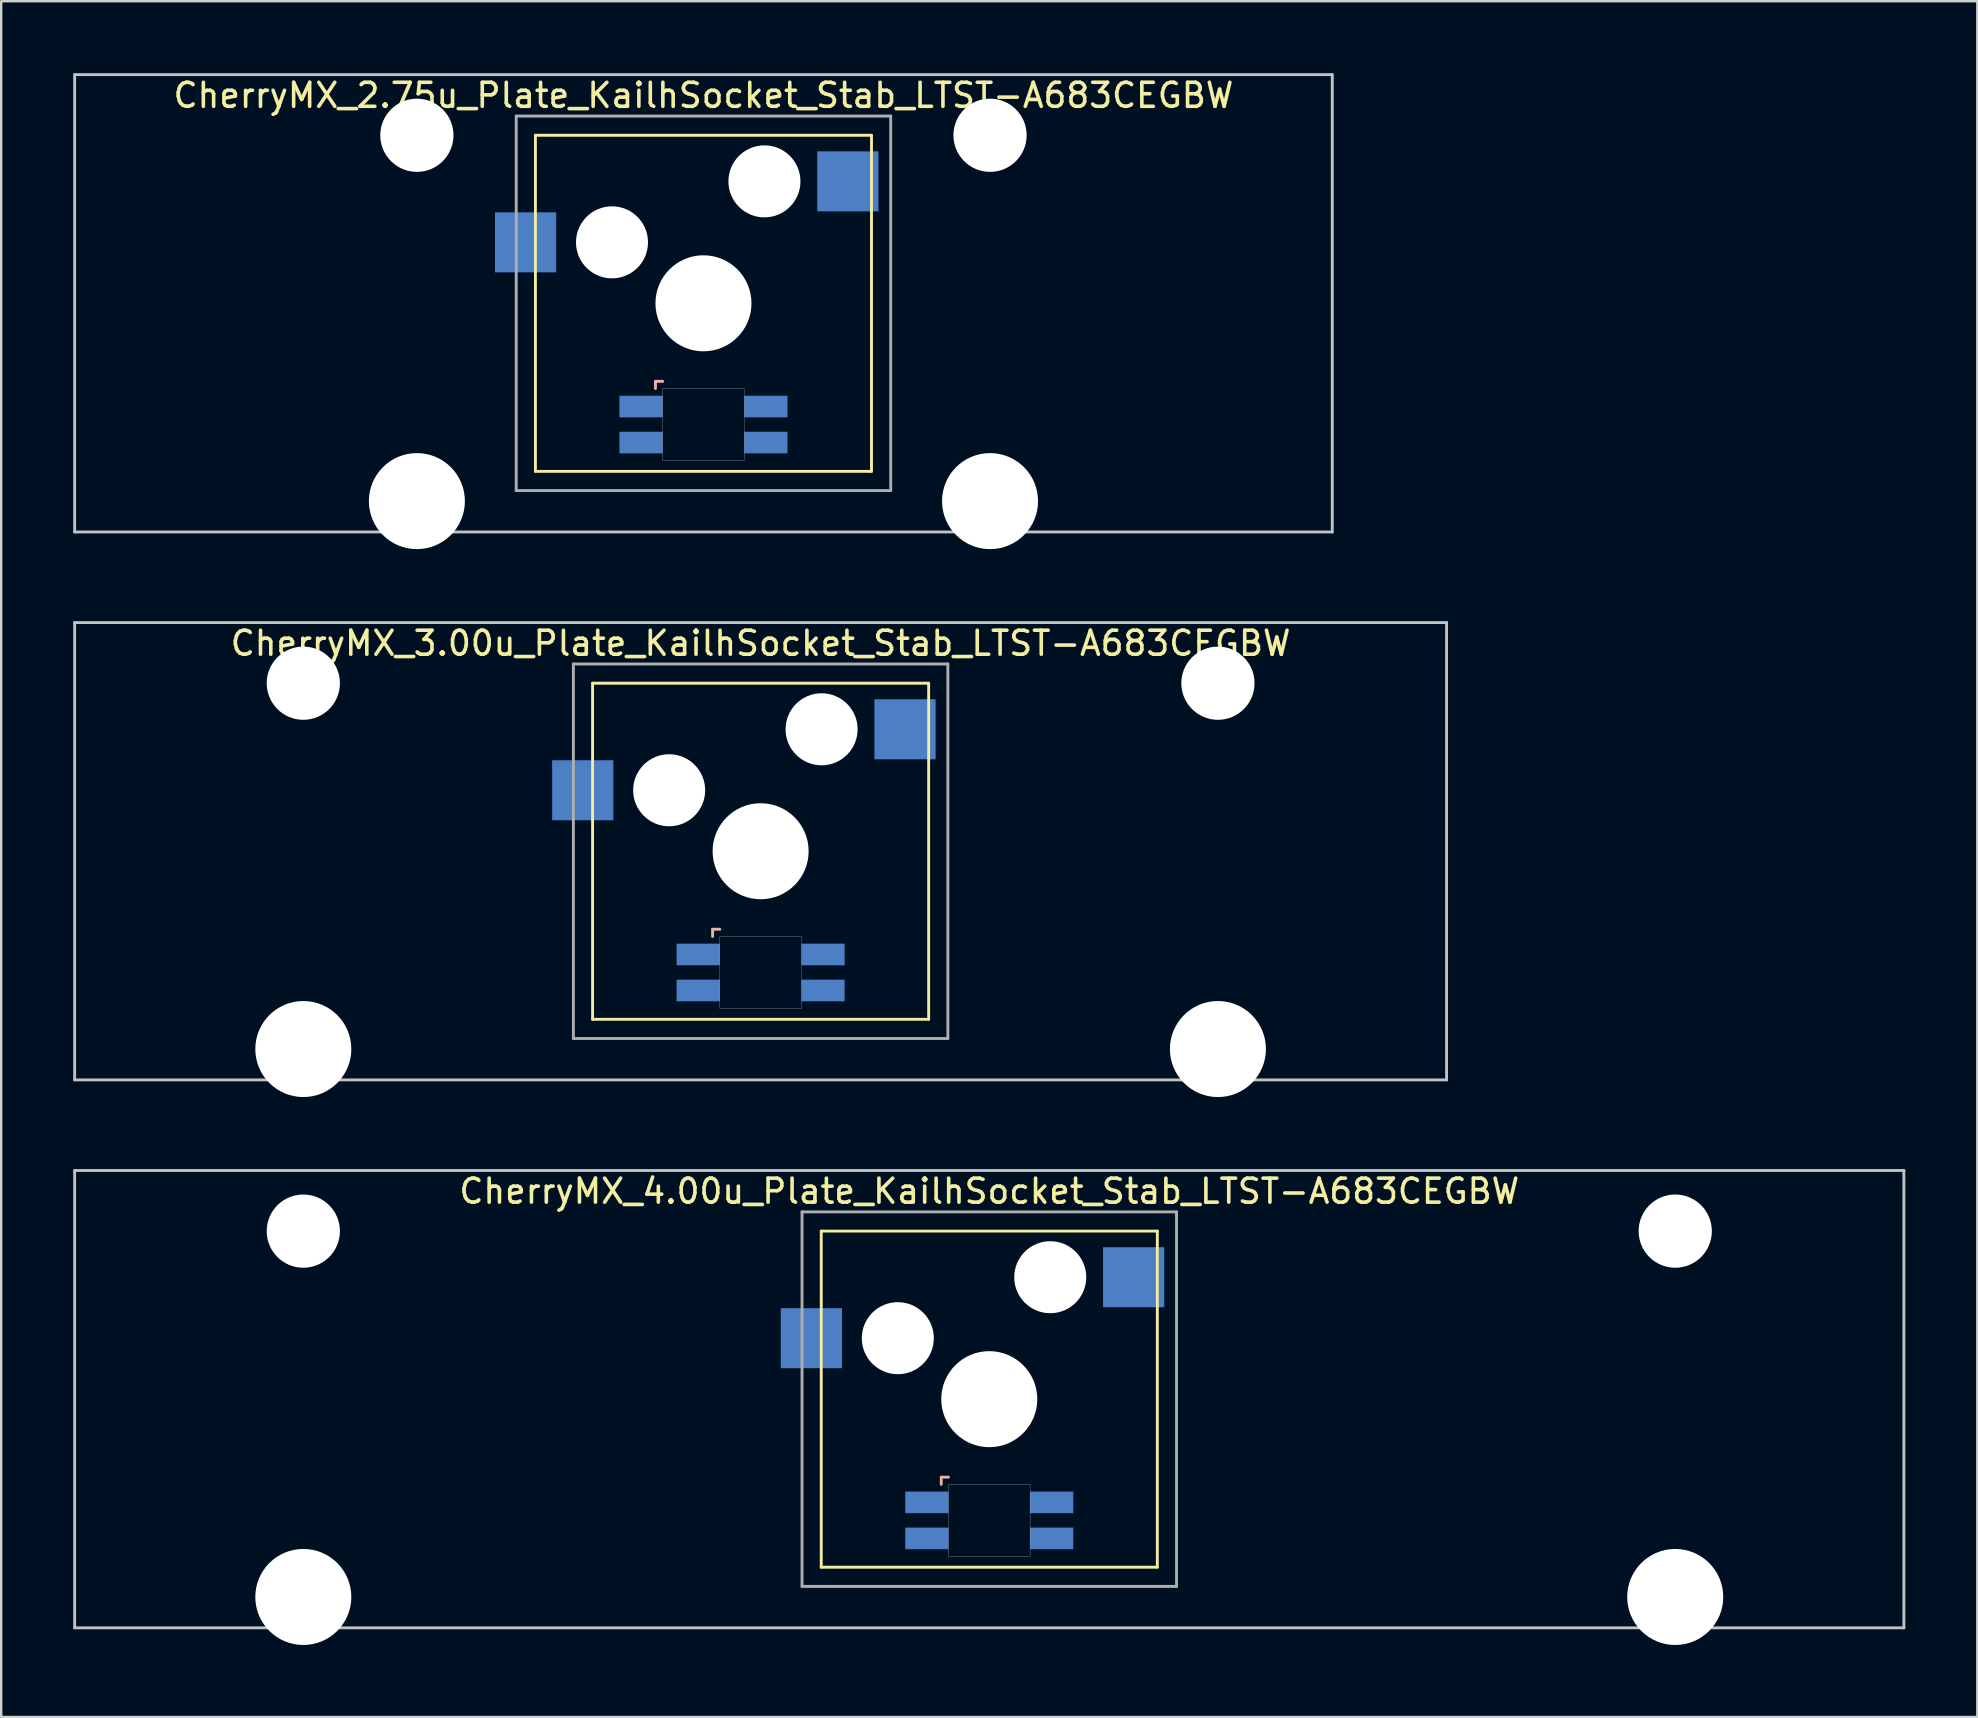
<source format=kicad_pcb>
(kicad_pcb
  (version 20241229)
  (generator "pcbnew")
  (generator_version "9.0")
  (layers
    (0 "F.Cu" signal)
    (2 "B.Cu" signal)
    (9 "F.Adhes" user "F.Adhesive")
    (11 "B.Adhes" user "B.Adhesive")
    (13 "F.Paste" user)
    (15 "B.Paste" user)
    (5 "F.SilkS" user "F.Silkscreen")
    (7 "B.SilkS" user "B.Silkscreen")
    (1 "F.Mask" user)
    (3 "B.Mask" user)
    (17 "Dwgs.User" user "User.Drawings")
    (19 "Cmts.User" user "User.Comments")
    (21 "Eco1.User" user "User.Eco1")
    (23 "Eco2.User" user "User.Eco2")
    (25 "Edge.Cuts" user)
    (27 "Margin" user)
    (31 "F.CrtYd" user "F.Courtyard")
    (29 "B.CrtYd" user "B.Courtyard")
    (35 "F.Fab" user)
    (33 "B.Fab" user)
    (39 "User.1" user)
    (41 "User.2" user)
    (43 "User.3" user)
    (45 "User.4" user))
  (footprint "CherryMX_3.00u_Plate_KailhSocket_Stab_LTST-A683CEGBW"
    (layer "F.Cu")
    (at 28.635 32.41)
    (property "Reference" "CherryMX_3.00u_Plate_KailhSocket_Stab_LTST-A683CEGBW" (at 0 -8.662 0) (layer "F.SilkS") (effects (font (size 1 1) (thickness 0.15))))
    (attr through_hole)
    (fp_line (start -7 -7) (end -7 7) (stroke (width 0.12) (type solid)) (layer "F.SilkS"))
    (fp_line (start -7 -7) (end 7 -7) (stroke (width 0.12) (type solid)) (layer "F.SilkS"))
    (fp_line (start 7 -7) (end 7 7) (stroke (width 0.12) (type solid)) (layer "F.SilkS"))
    (fp_line (start 7 7) (end -7 7) (stroke (width 0.12) (type solid)) (layer "F.SilkS"))
    (fp_line (start -2 3.25) (end -2 3.55) (stroke (width 0.12) (type solid)) (layer "B.SilkS"))
    (fp_line (start -1.7 3.25) (end -2 3.25) (stroke (width 0.12) (type solid)) (layer "B.SilkS"))
    (fp_line (start -28.575 -9.525) (end 28.575 -9.525) (stroke (width 0.12) (type solid)) (layer "Dwgs.User"))
    (fp_line (start -28.575 9.525) (end -28.575 -9.525) (stroke (width 0.12) (type solid)) (layer "Dwgs.User"))
    (fp_line (start 28.575 -9.525) (end 28.575 9.525) (stroke (width 0.12) (type solid)) (layer "Dwgs.User"))
    (fp_line (start 28.575 9.525) (end -28.575 9.525) (stroke (width 0.12) (type solid)) (layer "Dwgs.User"))
    (fp_poly (pts (xy 1.7 6.55) (xy -1.7 6.55) (xy -1.7 3.55) (xy 1.7 3.55)) (stroke (width 0.01) (type solid)) (fill no) (layer "Edge.Cuts"))
    (fp_line (start -7.8 -7.8) (end -7.8 7.8) (stroke (width 0.12) (type solid)) (layer "F.Fab"))
    (fp_line (start -7.8 -7.8) (end 7.8 -7.8) (stroke (width 0.12) (type solid)) (layer "F.Fab"))
    (fp_line (start -7.8 7.8) (end 7.8 7.8) (stroke (width 0.12) (type solid)) (layer "F.Fab"))
    (fp_line (start 7.8 -7.8) (end 7.8 7.8) (stroke (width 0.12) (type solid)) (layer "F.Fab"))
    (pad "" np_thru_hole circle (at -19.05 -7) (size 3.05 3.05) (drill 3.05) (layers "*.Cu" "*.Mask"))
    (pad "" np_thru_hole circle (at -19.05 8.24) (size 4 4) (drill 4) (layers "*.Cu" "*.Mask"))
    (pad "" np_thru_hole circle (at -3.81 -2.54) (size 3 3) (drill 3) (layers "*.Cu" "*.Mask"))
    (pad "" np_thru_hole circle (at 0 0) (size 4 4) (drill 4) (layers "*.Cu" "*.Mask"))
    (pad "" np_thru_hole circle (at 2.54 -5.08) (size 3 3) (drill 3) (layers "*.Cu" "*.Mask"))
    (pad "" np_thru_hole circle (at 19.05 -7) (size 3.05 3.05) (drill 3.05) (layers "*.Cu" "*.Mask"))
    (pad "" np_thru_hole circle (at 19.05 8.24) (size 4 4) (drill 4) (layers "*.Cu" "*.Mask"))
    (pad "1" smd rect (at -7.41 -2.54) (size 2.55 2.5) (layers "B.Cu" "B.Mask" "B.Paste"))
    (pad "2" smd rect (at 6.015 -5.08) (size 2.55 2.5) (layers "B.Cu" "B.Mask" "B.Paste"))
    (pad "3" smd rect (at -2.6 4.3) (size 1.8 0.9) (layers "B.Cu" "B.Mask" "B.Paste"))
    (pad "4" smd rect (at -2.6 5.8) (size 1.8 0.9) (layers "B.Cu" "B.Mask" "B.Paste"))
    (pad "5" smd rect (at 2.6 4.3) (size 1.8 0.9) (layers "B.Cu" "B.Mask" "B.Paste"))
    (pad "6" smd rect (at 2.6 5.8) (size 1.8 0.9) (layers "B.Cu" "B.Mask" "B.Paste")))
  (footprint "CherryMX_4.00u_Plate_KailhSocket_Stab_LTST-A683CEGBW"
    (layer "F.Cu")
    (at 38.16 55.235)
    (property "Reference" "CherryMX_4.00u_Plate_KailhSocket_Stab_LTST-A683CEGBW" (at 0 -8.662 0) (layer "F.SilkS") (effects (font (size 1 1) (thickness 0.15))))
    (attr through_hole)
    (fp_line (start -7 -7) (end -7 7) (stroke (width 0.12) (type solid)) (layer "F.SilkS"))
    (fp_line (start -7 -7) (end 7 -7) (stroke (width 0.12) (type solid)) (layer "F.SilkS"))
    (fp_line (start 7 -7) (end 7 7) (stroke (width 0.12) (type solid)) (layer "F.SilkS"))
    (fp_line (start 7 7) (end -7 7) (stroke (width 0.12) (type solid)) (layer "F.SilkS"))
    (fp_line (start -2 3.25) (end -2 3.55) (stroke (width 0.12) (type solid)) (layer "B.SilkS"))
    (fp_line (start -1.7 3.25) (end -2 3.25) (stroke (width 0.12) (type solid)) (layer "B.SilkS"))
    (fp_line (start -38.1 -9.525) (end 38.1 -9.525) (stroke (width 0.12) (type solid)) (layer "Dwgs.User"))
    (fp_line (start -38.1 9.525) (end -38.1 -9.525) (stroke (width 0.12) (type solid)) (layer "Dwgs.User"))
    (fp_line (start 38.1 -9.525) (end 38.1 9.525) (stroke (width 0.12) (type solid)) (layer "Dwgs.User"))
    (fp_line (start 38.1 9.525) (end -38.1 9.525) (stroke (width 0.12) (type solid)) (layer "Dwgs.User"))
    (fp_poly (pts (xy 1.7 6.55) (xy -1.7 6.55) (xy -1.7 3.55) (xy 1.7 3.55)) (stroke (width 0.01) (type solid)) (fill no) (layer "Edge.Cuts"))
    (fp_line (start -7.8 -7.8) (end -7.8 7.8) (stroke (width 0.12) (type solid)) (layer "F.Fab"))
    (fp_line (start -7.8 -7.8) (end 7.8 -7.8) (stroke (width 0.12) (type solid)) (layer "F.Fab"))
    (fp_line (start -7.8 7.8) (end 7.8 7.8) (stroke (width 0.12) (type solid)) (layer "F.Fab"))
    (fp_line (start 7.8 -7.8) (end 7.8 7.8) (stroke (width 0.12) (type solid)) (layer "F.Fab"))
    (pad "" np_thru_hole circle (at -28.575 -7) (size 3.05 3.05) (drill 3.05) (layers "*.Cu" "*.Mask"))
    (pad "" np_thru_hole circle (at -28.575 8.24) (size 4 4) (drill 4) (layers "*.Cu" "*.Mask"))
    (pad "" np_thru_hole circle (at -3.81 -2.54) (size 3 3) (drill 3) (layers "*.Cu" "*.Mask"))
    (pad "" np_thru_hole circle (at 0 0) (size 4 4) (drill 4) (layers "*.Cu" "*.Mask"))
    (pad "" np_thru_hole circle (at 2.54 -5.08) (size 3 3) (drill 3) (layers "*.Cu" "*.Mask"))
    (pad "" np_thru_hole circle (at 28.575 -7) (size 3.05 3.05) (drill 3.05) (layers "*.Cu" "*.Mask"))
    (pad "" np_thru_hole circle (at 28.575 8.24) (size 4 4) (drill 4) (layers "*.Cu" "*.Mask"))
    (pad "1" smd rect (at -7.41 -2.54) (size 2.55 2.5) (layers "B.Cu" "B.Mask" "B.Paste"))
    (pad "2" smd rect (at 6.015 -5.08) (size 2.55 2.5) (layers "B.Cu" "B.Mask" "B.Paste"))
    (pad "3" smd rect (at -2.6 4.3) (size 1.8 0.9) (layers "B.Cu" "B.Mask" "B.Paste"))
    (pad "4" smd rect (at -2.6 5.8) (size 1.8 0.9) (layers "B.Cu" "B.Mask" "B.Paste"))
    (pad "5" smd rect (at 2.6 4.3) (size 1.8 0.9) (layers "B.Cu" "B.Mask" "B.Paste"))
    (pad "6" smd rect (at 2.6 5.8) (size 1.8 0.9) (layers "B.Cu" "B.Mask" "B.Paste")))
  (footprint "CherryMX_2.75u_Plate_KailhSocket_Stab_LTST-A683CEGBW"
    (layer "F.Cu")
    (at 26.254 9.585)
    (property "Reference" "CherryMX_2.75u_Plate_KailhSocket_Stab_LTST-A683CEGBW" (at 0 -8.662 0) (layer "F.SilkS") (effects (font (size 1 1) (thickness 0.15))))
    (attr through_hole)
    (fp_line (start -7 -7) (end -7 7) (stroke (width 0.12) (type solid)) (layer "F.SilkS"))
    (fp_line (start -7 -7) (end 7 -7) (stroke (width 0.12) (type solid)) (layer "F.SilkS"))
    (fp_line (start 7 -7) (end 7 7) (stroke (width 0.12) (type solid)) (layer "F.SilkS"))
    (fp_line (start 7 7) (end -7 7) (stroke (width 0.12) (type solid)) (layer "F.SilkS"))
    (fp_line (start -2 3.25) (end -2 3.55) (stroke (width 0.12) (type solid)) (layer "B.SilkS"))
    (fp_line (start -1.7 3.25) (end -2 3.25) (stroke (width 0.12) (type solid)) (layer "B.SilkS"))
    (fp_line (start -26.194 -9.525) (end 26.194 -9.525) (stroke (width 0.12) (type solid)) (layer "Dwgs.User"))
    (fp_line (start -26.194 9.525) (end -26.194 -9.525) (stroke (width 0.12) (type solid)) (layer "Dwgs.User"))
    (fp_line (start 26.194 -9.525) (end 26.194 9.525) (stroke (width 0.12) (type solid)) (layer "Dwgs.User"))
    (fp_line (start 26.194 9.525) (end -26.194 9.525) (stroke (width 0.12) (type solid)) (layer "Dwgs.User"))
    (fp_poly (pts (xy 1.7 6.55) (xy -1.7 6.55) (xy -1.7 3.55) (xy 1.7 3.55)) (stroke (width 0.01) (type solid)) (fill no) (layer "Edge.Cuts"))
    (fp_line (start -7.8 -7.8) (end -7.8 7.8) (stroke (width 0.12) (type solid)) (layer "F.Fab"))
    (fp_line (start -7.8 -7.8) (end 7.8 -7.8) (stroke (width 0.12) (type solid)) (layer "F.Fab"))
    (fp_line (start -7.8 7.8) (end 7.8 7.8) (stroke (width 0.12) (type solid)) (layer "F.Fab"))
    (fp_line (start 7.8 -7.8) (end 7.8 7.8) (stroke (width 0.12) (type solid)) (layer "F.Fab"))
    (pad "" np_thru_hole circle (at -11.938 -7) (size 3.05 3.05) (drill 3.05) (layers "*.Cu" "*.Mask"))
    (pad "" np_thru_hole circle (at -11.938 8.24) (size 4 4) (drill 4) (layers "*.Cu" "*.Mask"))
    (pad "" np_thru_hole circle (at -3.81 -2.54) (size 3 3) (drill 3) (layers "*.Cu" "*.Mask"))
    (pad "" np_thru_hole circle (at 0 0) (size 4 4) (drill 4) (layers "*.Cu" "*.Mask"))
    (pad "" np_thru_hole circle (at 2.54 -5.08) (size 3 3) (drill 3) (layers "*.Cu" "*.Mask"))
    (pad "" np_thru_hole circle (at 11.938 -7) (size 3.05 3.05) (drill 3.05) (layers "*.Cu" "*.Mask"))
    (pad "" np_thru_hole circle (at 11.938 8.24) (size 4 4) (drill 4) (layers "*.Cu" "*.Mask"))
    (pad "1" smd rect (at -7.41 -2.54) (size 2.55 2.5) (layers "B.Cu" "B.Mask" "B.Paste"))
    (pad "2" smd rect (at 6.015 -5.08) (size 2.55 2.5) (layers "B.Cu" "B.Mask" "B.Paste"))
    (pad "3" smd rect (at -2.6 4.3) (size 1.8 0.9) (layers "B.Cu" "B.Mask" "B.Paste"))
    (pad "4" smd rect (at -2.6 5.8) (size 1.8 0.9) (layers "B.Cu" "B.Mask" "B.Paste"))
    (pad "5" smd rect (at 2.6 4.3) (size 1.8 0.9) (layers "B.Cu" "B.Mask" "B.Paste"))
    (pad "6" smd rect (at 2.6 5.8) (size 1.8 0.9) (layers "B.Cu" "B.Mask" "B.Paste")))
  (gr_rect
    (start -3 -3)
    (end 79.32 68.475)
    (stroke (width 0.1) (type default))
    (fill no)
    (layer "Edge.Cuts")))
</source>
